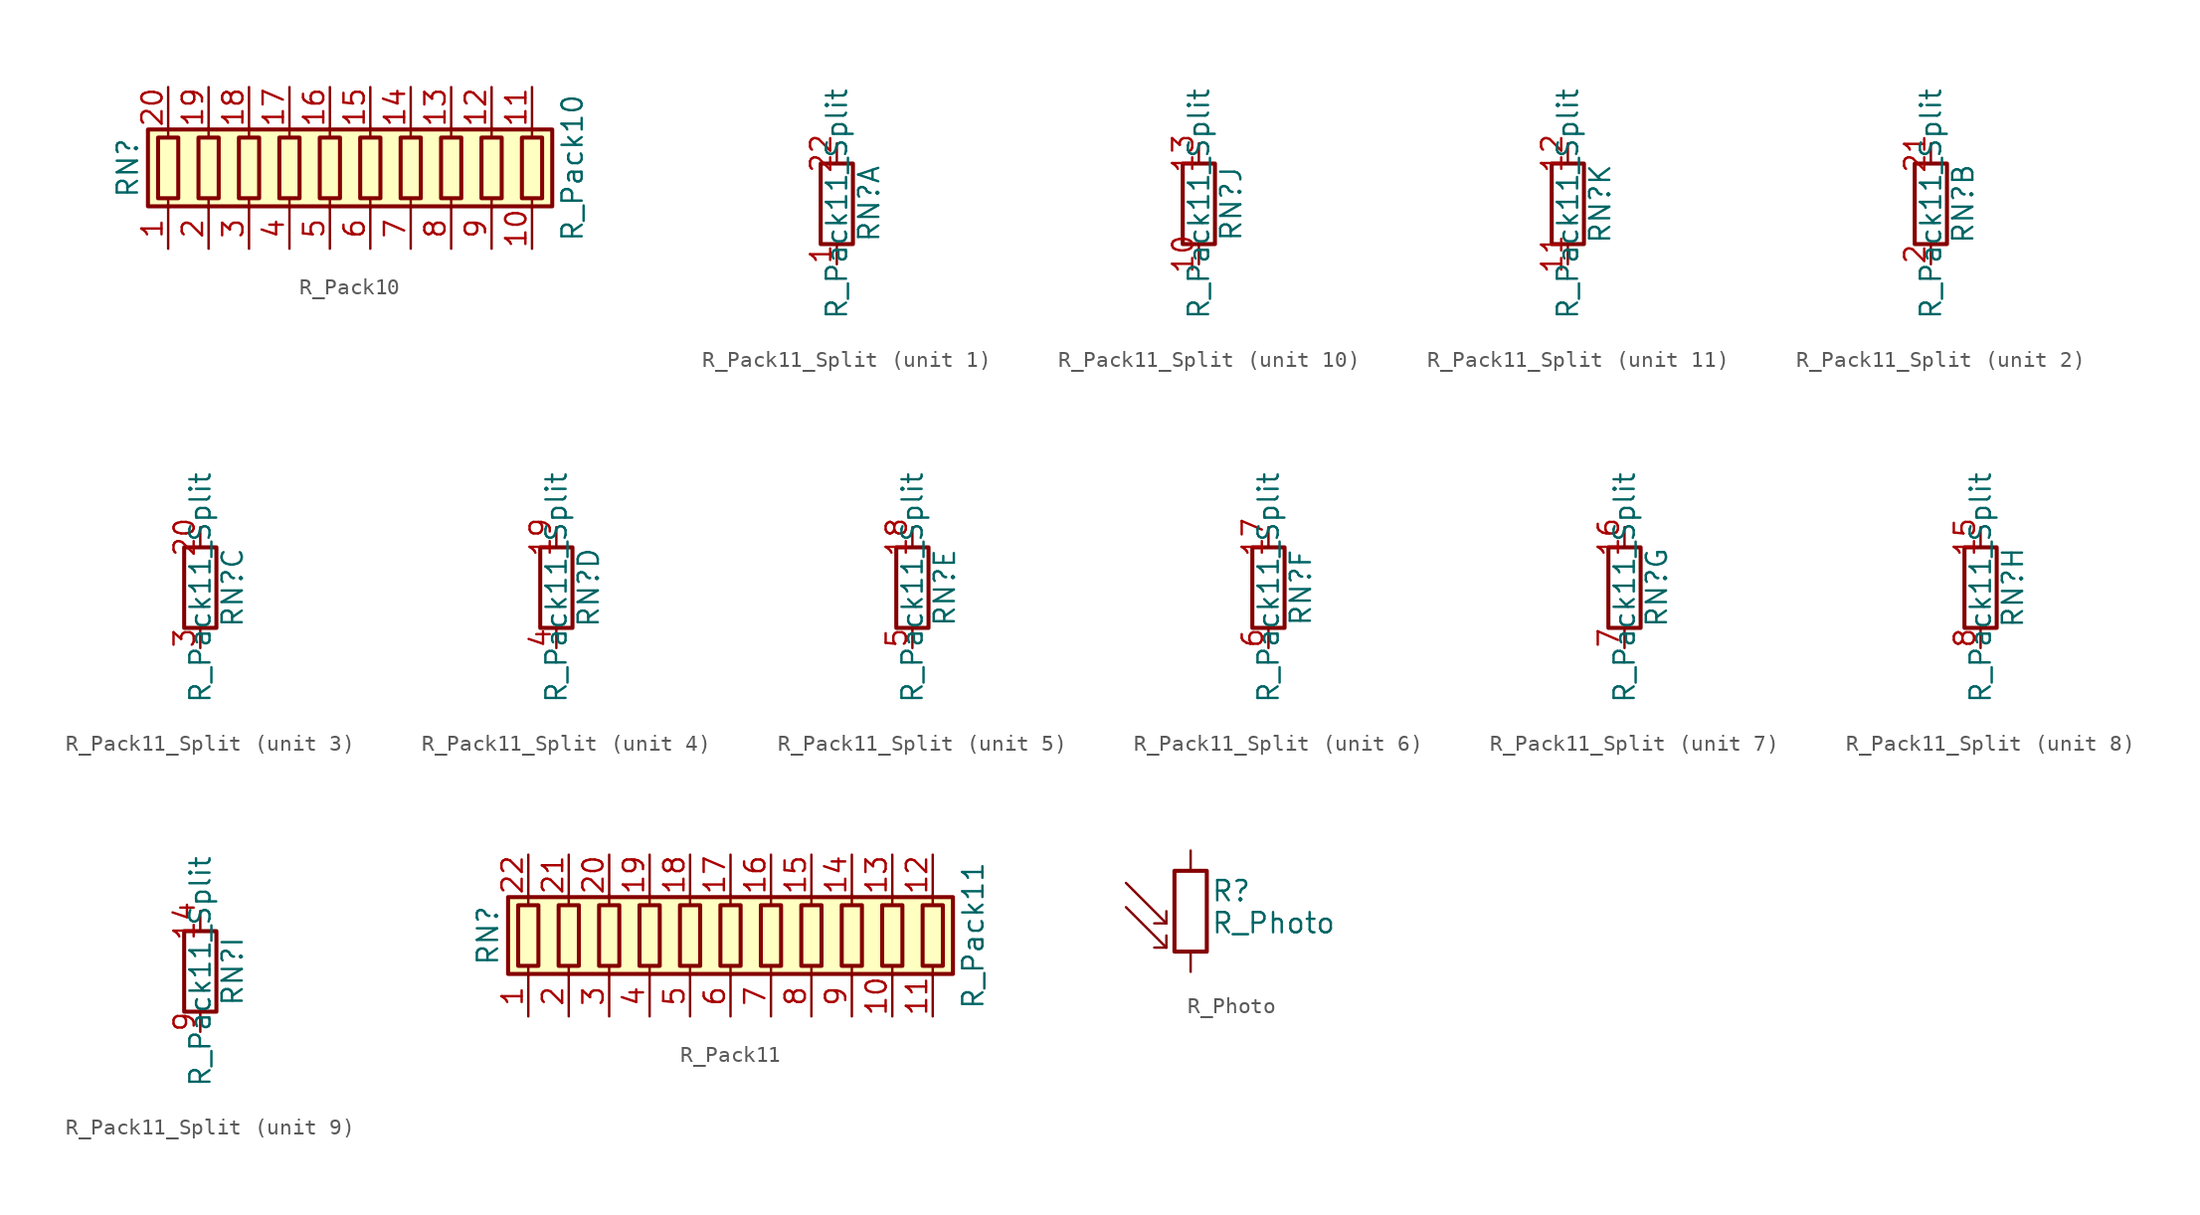
<source format=kicad_sym>
(kicad_symbol_lib
  (version 20201005)
  (generator kicad_symbol_editor)
  (symbol "R_Pack10"
    (pin_names
      (offset 0) hide)
    (property "Reference" "RN"
      (at -15.24 0 90)
      (effects (font (size 1.27 1.27))))
    (property "Value" "R_Pack10"
      (at 12.7 0 90)
      (effects (font (size 1.27 1.27))))
    (symbol "R_Pack10_0_1"
      (rectangle (start -13.335 1.905) (end -12.065 -1.905) (stroke (width 0.254)) (fill (type none)))
      (rectangle (start -10.795 1.905) (end -9.525 -1.905) (stroke (width 0.254)) (fill (type none)))
      (rectangle (start -8.255 1.905) (end -6.985 -1.905) (stroke (width 0.254)) (fill (type none)))
      (rectangle (start -5.715 1.905) (end -4.445 -1.905) (stroke (width 0.254)) (fill (type none)))
      (rectangle (start -3.175 1.905) (end -1.905 -1.905) (stroke (width 0.254)) (fill (type none)))
      (rectangle (start -0.635 1.905) (end 0.635 -1.905) (stroke (width 0.254)) (fill (type none)))
      (rectangle (start 1.905 1.905) (end 3.175 -1.905) (stroke (width 0.254)) (fill (type none)))
      (rectangle (start 4.445 1.905) (end 5.715 -1.905) (stroke (width 0.254)) (fill (type none)))
      (rectangle (start 6.985 1.905) (end 8.255 -1.905) (stroke (width 0.254)) (fill (type none)))
      (rectangle (start 9.525 1.905) (end 10.795 -1.905) (stroke (width 0.254)) (fill (type none)))
      (rectangle (start -13.97 -2.413) (end 11.43 2.413) (stroke (width 0.254)) (fill (type background)))
      (polyline (pts (xy -12.7 -2.54) (xy -12.7 -1.905)) (stroke (width 0)) (fill (type none)))
      (polyline (pts (xy -12.7 1.905) (xy -12.7 2.54)) (stroke (width 0)) (fill (type none)))
      (polyline (pts (xy -10.16 -2.54) (xy -10.16 -1.905)) (stroke (width 0)) (fill (type none)))
      (polyline (pts (xy -10.16 1.905) (xy -10.16 2.54)) (stroke (width 0)) (fill (type none)))
      (polyline (pts (xy -7.62 -2.54) (xy -7.62 -1.905)) (stroke (width 0)) (fill (type none)))
      (polyline (pts (xy -7.62 1.905) (xy -7.62 2.54)) (stroke (width 0)) (fill (type none)))
      (polyline (pts (xy -5.08 -2.54) (xy -5.08 -1.905)) (stroke (width 0)) (fill (type none)))
      (polyline (pts (xy -5.08 1.905) (xy -5.08 2.54)) (stroke (width 0)) (fill (type none)))
      (polyline (pts (xy -2.54 -2.54) (xy -2.54 -1.905)) (stroke (width 0)) (fill (type none)))
      (polyline (pts (xy -2.54 1.905) (xy -2.54 2.54)) (stroke (width 0)) (fill (type none)))
      (polyline (pts (xy 0 -2.54) (xy 0 -1.905)) (stroke (width 0)) (fill (type none)))
      (polyline (pts (xy 0 1.905) (xy 0 2.54)) (stroke (width 0)) (fill (type none)))
      (polyline (pts (xy 2.54 -2.54) (xy 2.54 -1.905)) (stroke (width 0)) (fill (type none)))
      (polyline (pts (xy 2.54 1.905) (xy 2.54 2.54)) (stroke (width 0)) (fill (type none)))
      (polyline (pts (xy 5.08 -2.54) (xy 5.08 -1.905)) (stroke (width 0)) (fill (type none)))
      (polyline (pts (xy 5.08 1.905) (xy 5.08 2.54)) (stroke (width 0)) (fill (type none)))
      (polyline (pts (xy 7.62 -2.54) (xy 7.62 -1.905)) (stroke (width 0)) (fill (type none)))
      (polyline (pts (xy 7.62 1.905) (xy 7.62 2.54)) (stroke (width 0)) (fill (type none)))
      (polyline (pts (xy 10.16 -2.54) (xy 10.16 -1.905)) (stroke (width 0)) (fill (type none)))
      (polyline (pts (xy 10.16 1.905) (xy 10.16 2.54)) (stroke (width 0)) (fill (type none))))
    (symbol "R_Pack10_1_1"
      (pin passive line (at -12.7 -5.08 90) (length 2.54) (name "R1.1" (effects (font (size 1.27 1.27)))) (number "1" (effects (font (size 1.27 1.27)))))
      (pin passive line (at 10.16 -5.08 90) (length 2.54) (name "R10.1" (effects (font (size 1.27 1.27)))) (number "10" (effects (font (size 1.27 1.27)))))
      (pin passive line (at 10.16 5.08 270) (length 2.54) (name "R10.2" (effects (font (size 1.27 1.27)))) (number "11" (effects (font (size 1.27 1.27)))))
      (pin passive line (at 7.62 5.08 270) (length 2.54) (name "R9.2" (effects (font (size 1.27 1.27)))) (number "12" (effects (font (size 1.27 1.27)))))
      (pin passive line (at 5.08 5.08 270) (length 2.54) (name "R8.2" (effects (font (size 1.27 1.27)))) (number "13" (effects (font (size 1.27 1.27)))))
      (pin passive line (at 2.54 5.08 270) (length 2.54) (name "R7.2" (effects (font (size 1.27 1.27)))) (number "14" (effects (font (size 1.27 1.27)))))
      (pin passive line (at 0 5.08 270) (length 2.54) (name "R6.2" (effects (font (size 1.27 1.27)))) (number "15" (effects (font (size 1.27 1.27)))))
      (pin passive line (at -2.54 5.08 270) (length 2.54) (name "R5.2" (effects (font (size 1.27 1.27)))) (number "16" (effects (font (size 1.27 1.27)))))
      (pin passive line (at -5.08 5.08 270) (length 2.54) (name "R4.2" (effects (font (size 1.27 1.27)))) (number "17" (effects (font (size 1.27 1.27)))))
      (pin passive line (at -7.62 5.08 270) (length 2.54) (name "R3.2" (effects (font (size 1.27 1.27)))) (number "18" (effects (font (size 1.27 1.27)))))
      (pin passive line (at -10.16 5.08 270) (length 2.54) (name "R2.2" (effects (font (size 1.27 1.27)))) (number "19" (effects (font (size 1.27 1.27)))))
      (pin passive line (at -10.16 -5.08 90) (length 2.54) (name "R2.1" (effects (font (size 1.27 1.27)))) (number "2" (effects (font (size 1.27 1.27)))))
      (pin passive line (at -12.7 5.08 270) (length 2.54) (name "R1.2" (effects (font (size 1.27 1.27)))) (number "20" (effects (font (size 1.27 1.27)))))
      (pin passive line (at -7.62 -5.08 90) (length 2.54) (name "R3.1" (effects (font (size 1.27 1.27)))) (number "3" (effects (font (size 1.27 1.27)))))
      (pin passive line (at -5.08 -5.08 90) (length 2.54) (name "R4.1" (effects (font (size 1.27 1.27)))) (number "4" (effects (font (size 1.27 1.27)))))
      (pin passive line (at -2.54 -5.08 90) (length 2.54) (name "R5.1" (effects (font (size 1.27 1.27)))) (number "5" (effects (font (size 1.27 1.27)))))
      (pin passive line (at 0 -5.08 90) (length 2.54) (name "R6.1" (effects (font (size 1.27 1.27)))) (number "6" (effects (font (size 1.27 1.27)))))
      (pin passive line (at 2.54 -5.08 90) (length 2.54) (name "R7.1" (effects (font (size 1.27 1.27)))) (number "7" (effects (font (size 1.27 1.27)))))
      (pin passive line (at 5.08 -5.08 90) (length 2.54) (name "R8.1" (effects (font (size 1.27 1.27)))) (number "8" (effects (font (size 1.27 1.27)))))
      (pin passive line (at 7.62 -5.08 90) (length 2.54) (name "R9.1" (effects (font (size 1.27 1.27)))) (number "9" (effects (font (size 1.27 1.27)))))))
  (symbol "R_Pack11_Split"
    (pin_names
      (offset 0) hide)
    (property "Reference" "RN"
      (at 2.032 0 90)
      (effects (font (size 1.27 1.27))))
    (property "Value" "R_Pack11_Split"
      (at 0 0 90)
      (effects (font (size 1.27 1.27))))
    (symbol "R_Pack11_Split_0_1"
      (rectangle (start 1.016 2.54) (end -1.016 -2.54) (stroke (width 0.254)) (fill (type none))))
    (symbol "R_Pack11_Split_1_1"
      (pin passive line (at 0 -3.81 90) (length 1.27) (name "R1.1" (effects (font (size 1.27 1.27)))) (number "1" (effects (font (size 1.27 1.27)))))
      (pin passive line (at 0 3.81 270) (length 1.27) (name "R1.2" (effects (font (size 1.27 1.27)))) (number "22" (effects (font (size 1.27 1.27))))))
    (symbol "R_Pack11_Split_2_1"
      (pin passive line (at 0 -3.81 90) (length 1.27) (name "R2.1" (effects (font (size 1.27 1.27)))) (number "2" (effects (font (size 1.27 1.27)))))
      (pin passive line (at 0 3.81 270) (length 1.27) (name "R2.2" (effects (font (size 1.27 1.27)))) (number "21" (effects (font (size 1.27 1.27))))))
    (symbol "R_Pack11_Split_3_1"
      (pin passive line (at 0 3.81 270) (length 1.27) (name "R3.2" (effects (font (size 1.27 1.27)))) (number "20" (effects (font (size 1.27 1.27)))))
      (pin passive line (at 0 -3.81 90) (length 1.27) (name "R3.1" (effects (font (size 1.27 1.27)))) (number "3" (effects (font (size 1.27 1.27))))))
    (symbol "R_Pack11_Split_4_1"
      (pin passive line (at 0 3.81 270) (length 1.27) (name "R4.2" (effects (font (size 1.27 1.27)))) (number "19" (effects (font (size 1.27 1.27)))))
      (pin passive line (at 0 -3.81 90) (length 1.27) (name "R4.1" (effects (font (size 1.27 1.27)))) (number "4" (effects (font (size 1.27 1.27))))))
    (symbol "R_Pack11_Split_5_1"
      (pin passive line (at 0 3.81 270) (length 1.27) (name "R5.2" (effects (font (size 1.27 1.27)))) (number "18" (effects (font (size 1.27 1.27)))))
      (pin passive line (at 0 -3.81 90) (length 1.27) (name "R5.1" (effects (font (size 1.27 1.27)))) (number "5" (effects (font (size 1.27 1.27))))))
    (symbol "R_Pack11_Split_6_1"
      (pin passive line (at 0 3.81 270) (length 1.27) (name "R6.2" (effects (font (size 1.27 1.27)))) (number "17" (effects (font (size 1.27 1.27)))))
      (pin passive line (at 0 -3.81 90) (length 1.27) (name "R6.1" (effects (font (size 1.27 1.27)))) (number "6" (effects (font (size 1.27 1.27))))))
    (symbol "R_Pack11_Split_7_1"
      (pin passive line (at 0 3.81 270) (length 1.27) (name "R7.2" (effects (font (size 1.27 1.27)))) (number "16" (effects (font (size 1.27 1.27)))))
      (pin passive line (at 0 -3.81 90) (length 1.27) (name "R7.1" (effects (font (size 1.27 1.27)))) (number "7" (effects (font (size 1.27 1.27))))))
    (symbol "R_Pack11_Split_8_1"
      (pin passive line (at 0 3.81 270) (length 1.27) (name "R8.2" (effects (font (size 1.27 1.27)))) (number "15" (effects (font (size 1.27 1.27)))))
      (pin passive line (at 0 -3.81 90) (length 1.27) (name "R8.1" (effects (font (size 1.27 1.27)))) (number "8" (effects (font (size 1.27 1.27))))))
    (symbol "R_Pack11_Split_9_1"
      (pin passive line (at 0 3.81 270) (length 1.27) (name "R9.2" (effects (font (size 1.27 1.27)))) (number "14" (effects (font (size 1.27 1.27)))))
      (pin passive line (at 0 -3.81 90) (length 1.27) (name "R9.1" (effects (font (size 1.27 1.27)))) (number "9" (effects (font (size 1.27 1.27))))))
    (symbol "R_Pack11_Split_10_1"
      (pin passive line (at 0 -3.81 90) (length 1.27) (name "R10.1" (effects (font (size 1.27 1.27)))) (number "10" (effects (font (size 1.27 1.27)))))
      (pin passive line (at 0 3.81 270) (length 1.27) (name "R10.2" (effects (font (size 1.27 1.27)))) (number "13" (effects (font (size 1.27 1.27))))))
    (symbol "R_Pack11_Split_11_1"
      (pin passive line (at 0 -3.81 90) (length 1.27) (name "R11.1" (effects (font (size 1.27 1.27)))) (number "11" (effects (font (size 1.27 1.27)))))
      (pin passive line (at 0 3.81 270) (length 1.27) (name "R11.2" (effects (font (size 1.27 1.27)))) (number "12" (effects (font (size 1.27 1.27)))))))
  (symbol "R_Pack11"
    (pin_names
      (offset 0) hide)
    (property "Reference" "RN"
      (at -15.24 0 90)
      (effects (font (size 1.27 1.27))))
    (property "Value" "R_Pack11"
      (at 15.24 0 90)
      (effects (font (size 1.27 1.27))))
    (symbol "R_Pack11_0_1"
      (rectangle (start -13.335 1.905) (end -12.065 -1.905) (stroke (width 0.254)) (fill (type none)))
      (rectangle (start -10.795 1.905) (end -9.525 -1.905) (stroke (width 0.254)) (fill (type none)))
      (rectangle (start -8.255 1.905) (end -6.985 -1.905) (stroke (width 0.254)) (fill (type none)))
      (rectangle (start -5.715 1.905) (end -4.445 -1.905) (stroke (width 0.254)) (fill (type none)))
      (rectangle (start -3.175 1.905) (end -1.905 -1.905) (stroke (width 0.254)) (fill (type none)))
      (rectangle (start -0.635 1.905) (end 0.635 -1.905) (stroke (width 0.254)) (fill (type none)))
      (rectangle (start 1.905 1.905) (end 3.175 -1.905) (stroke (width 0.254)) (fill (type none)))
      (rectangle (start 4.445 1.905) (end 5.715 -1.905) (stroke (width 0.254)) (fill (type none)))
      (rectangle (start 6.985 1.905) (end 8.255 -1.905) (stroke (width 0.254)) (fill (type none)))
      (rectangle (start 9.525 1.905) (end 10.795 -1.905) (stroke (width 0.254)) (fill (type none)))
      (rectangle (start 12.065 1.905) (end 13.335 -1.905) (stroke (width 0.254)) (fill (type none)))
      (rectangle (start -13.97 -2.413) (end 13.97 2.413) (stroke (width 0.254)) (fill (type background)))
      (polyline (pts (xy -12.7 -2.54) (xy -12.7 -1.905)) (stroke (width 0)) (fill (type none)))
      (polyline (pts (xy -12.7 1.905) (xy -12.7 2.54)) (stroke (width 0)) (fill (type none)))
      (polyline (pts (xy -10.16 -2.54) (xy -10.16 -1.905)) (stroke (width 0)) (fill (type none)))
      (polyline (pts (xy -10.16 1.905) (xy -10.16 2.54)) (stroke (width 0)) (fill (type none)))
      (polyline (pts (xy -7.62 -2.54) (xy -7.62 -1.905)) (stroke (width 0)) (fill (type none)))
      (polyline (pts (xy -7.62 1.905) (xy -7.62 2.54)) (stroke (width 0)) (fill (type none)))
      (polyline (pts (xy -5.08 -2.54) (xy -5.08 -1.905)) (stroke (width 0)) (fill (type none)))
      (polyline (pts (xy -5.08 1.905) (xy -5.08 2.54)) (stroke (width 0)) (fill (type none)))
      (polyline (pts (xy -2.54 -2.54) (xy -2.54 -1.905)) (stroke (width 0)) (fill (type none)))
      (polyline (pts (xy -2.54 1.905) (xy -2.54 2.54)) (stroke (width 0)) (fill (type none)))
      (polyline (pts (xy 0 -2.54) (xy 0 -1.905)) (stroke (width 0)) (fill (type none)))
      (polyline (pts (xy 0 1.905) (xy 0 2.54)) (stroke (width 0)) (fill (type none)))
      (polyline (pts (xy 2.54 -2.54) (xy 2.54 -1.905)) (stroke (width 0)) (fill (type none)))
      (polyline (pts (xy 2.54 1.905) (xy 2.54 2.54)) (stroke (width 0)) (fill (type none)))
      (polyline (pts (xy 5.08 -2.54) (xy 5.08 -1.905)) (stroke (width 0)) (fill (type none)))
      (polyline (pts (xy 5.08 1.905) (xy 5.08 2.54)) (stroke (width 0)) (fill (type none)))
      (polyline (pts (xy 7.62 -2.54) (xy 7.62 -1.905)) (stroke (width 0)) (fill (type none)))
      (polyline (pts (xy 7.62 1.905) (xy 7.62 2.54)) (stroke (width 0)) (fill (type none)))
      (polyline (pts (xy 10.16 -2.54) (xy 10.16 -1.905)) (stroke (width 0)) (fill (type none)))
      (polyline (pts (xy 10.16 1.905) (xy 10.16 2.54)) (stroke (width 0)) (fill (type none)))
      (polyline (pts (xy 12.7 -2.54) (xy 12.7 -1.905)) (stroke (width 0)) (fill (type none)))
      (polyline (pts (xy 12.7 1.905) (xy 12.7 2.54)) (stroke (width 0)) (fill (type none))))
    (symbol "R_Pack11_1_1"
      (pin passive line (at -12.7 -5.08 90) (length 2.54) (name "R1.1" (effects (font (size 1.27 1.27)))) (number "1" (effects (font (size 1.27 1.27)))))
      (pin passive line (at 10.16 -5.08 90) (length 2.54) (name "R10.1" (effects (font (size 1.27 1.27)))) (number "10" (effects (font (size 1.27 1.27)))))
      (pin passive line (at 12.7 -5.08 90) (length 2.54) (name "R11.1" (effects (font (size 1.27 1.27)))) (number "11" (effects (font (size 1.27 1.27)))))
      (pin passive line (at 12.7 5.08 270) (length 2.54) (name "R11.2" (effects (font (size 1.27 1.27)))) (number "12" (effects (font (size 1.27 1.27)))))
      (pin passive line (at 10.16 5.08 270) (length 2.54) (name "R10.2" (effects (font (size 1.27 1.27)))) (number "13" (effects (font (size 1.27 1.27)))))
      (pin passive line (at 7.62 5.08 270) (length 2.54) (name "R9.2" (effects (font (size 1.27 1.27)))) (number "14" (effects (font (size 1.27 1.27)))))
      (pin passive line (at 5.08 5.08 270) (length 2.54) (name "R8.2" (effects (font (size 1.27 1.27)))) (number "15" (effects (font (size 1.27 1.27)))))
      (pin passive line (at 2.54 5.08 270) (length 2.54) (name "R7.2" (effects (font (size 1.27 1.27)))) (number "16" (effects (font (size 1.27 1.27)))))
      (pin passive line (at 0 5.08 270) (length 2.54) (name "R6.2" (effects (font (size 1.27 1.27)))) (number "17" (effects (font (size 1.27 1.27)))))
      (pin passive line (at -2.54 5.08 270) (length 2.54) (name "R5.2" (effects (font (size 1.27 1.27)))) (number "18" (effects (font (size 1.27 1.27)))))
      (pin passive line (at -5.08 5.08 270) (length 2.54) (name "R4.2" (effects (font (size 1.27 1.27)))) (number "19" (effects (font (size 1.27 1.27)))))
      (pin passive line (at -10.16 -5.08 90) (length 2.54) (name "R2.1" (effects (font (size 1.27 1.27)))) (number "2" (effects (font (size 1.27 1.27)))))
      (pin passive line (at -7.62 5.08 270) (length 2.54) (name "R3.2" (effects (font (size 1.27 1.27)))) (number "20" (effects (font (size 1.27 1.27)))))
      (pin passive line (at -10.16 5.08 270) (length 2.54) (name "R2.2" (effects (font (size 1.27 1.27)))) (number "21" (effects (font (size 1.27 1.27)))))
      (pin passive line (at -12.7 5.08 270) (length 2.54) (name "R1.2" (effects (font (size 1.27 1.27)))) (number "22" (effects (font (size 1.27 1.27)))))
      (pin passive line (at -7.62 -5.08 90) (length 2.54) (name "R3.1" (effects (font (size 1.27 1.27)))) (number "3" (effects (font (size 1.27 1.27)))))
      (pin passive line (at -5.08 -5.08 90) (length 2.54) (name "R4.1" (effects (font (size 1.27 1.27)))) (number "4" (effects (font (size 1.27 1.27)))))
      (pin passive line (at -2.54 -5.08 90) (length 2.54) (name "R5.1" (effects (font (size 1.27 1.27)))) (number "5" (effects (font (size 1.27 1.27)))))
      (pin passive line (at 0 -5.08 90) (length 2.54) (name "R6.1" (effects (font (size 1.27 1.27)))) (number "6" (effects (font (size 1.27 1.27)))))
      (pin passive line (at 2.54 -5.08 90) (length 2.54) (name "R7.1" (effects (font (size 1.27 1.27)))) (number "7" (effects (font (size 1.27 1.27)))))
      (pin passive line (at 5.08 -5.08 90) (length 2.54) (name "R8.1" (effects (font (size 1.27 1.27)))) (number "8" (effects (font (size 1.27 1.27)))))
      (pin passive line (at 7.62 -5.08 90) (length 2.54) (name "R9.1" (effects (font (size 1.27 1.27)))) (number "9" (effects (font (size 1.27 1.27)))))))
  (symbol "R_Photo"
    (pin_numbers hide)
    (pin_names
      (offset 0))
    (property "Reference" "R"
      (at 1.27 1.27 0)
      (effects (font (size 1.27 1.27)) (justify left)))
    (property "Value" "R_Photo"
      (at 1.27 0 0)
      (effects (font (size 1.27 1.27)) (justify left top)))
    (symbol "R_Photo_0_1"
      (rectangle (start -1.016 2.54) (end 1.016 -2.54) (stroke (width 0.254)) (fill (type none)))
      (polyline (pts (xy -1.524 -2.286) (xy -4.064 0.254)) (stroke (width 0)) (fill (type none)))
      (polyline (pts (xy -1.524 -2.286) (xy -2.286 -2.286)) (stroke (width 0)) (fill (type none)))
      (polyline (pts (xy -1.524 -2.286) (xy -1.524 -1.524)) (stroke (width 0)) (fill (type none)))
      (polyline (pts (xy -1.524 -0.762) (xy -4.064 1.778)) (stroke (width 0)) (fill (type none)))
      (polyline (pts (xy -1.524 -0.762) (xy -2.286 -0.762)) (stroke (width 0)) (fill (type none)))
      (polyline (pts (xy -1.524 -0.762) (xy -1.524 0)) (stroke (width 0)) (fill (type none))))
    (symbol "R_Photo_1_1"
      (pin passive line (at 0 3.81 270) (length 1.27) (name "~" (effects (font (size 1.27 1.27)))) (number "1" (effects (font (size 1.27 1.27)))))
      (pin passive line (at 0 -3.81 90) (length 1.27) (name "~" (effects (font (size 1.27 1.27)))) (number "2" (effects (font (size 1.27 1.27))))))))
</source>
